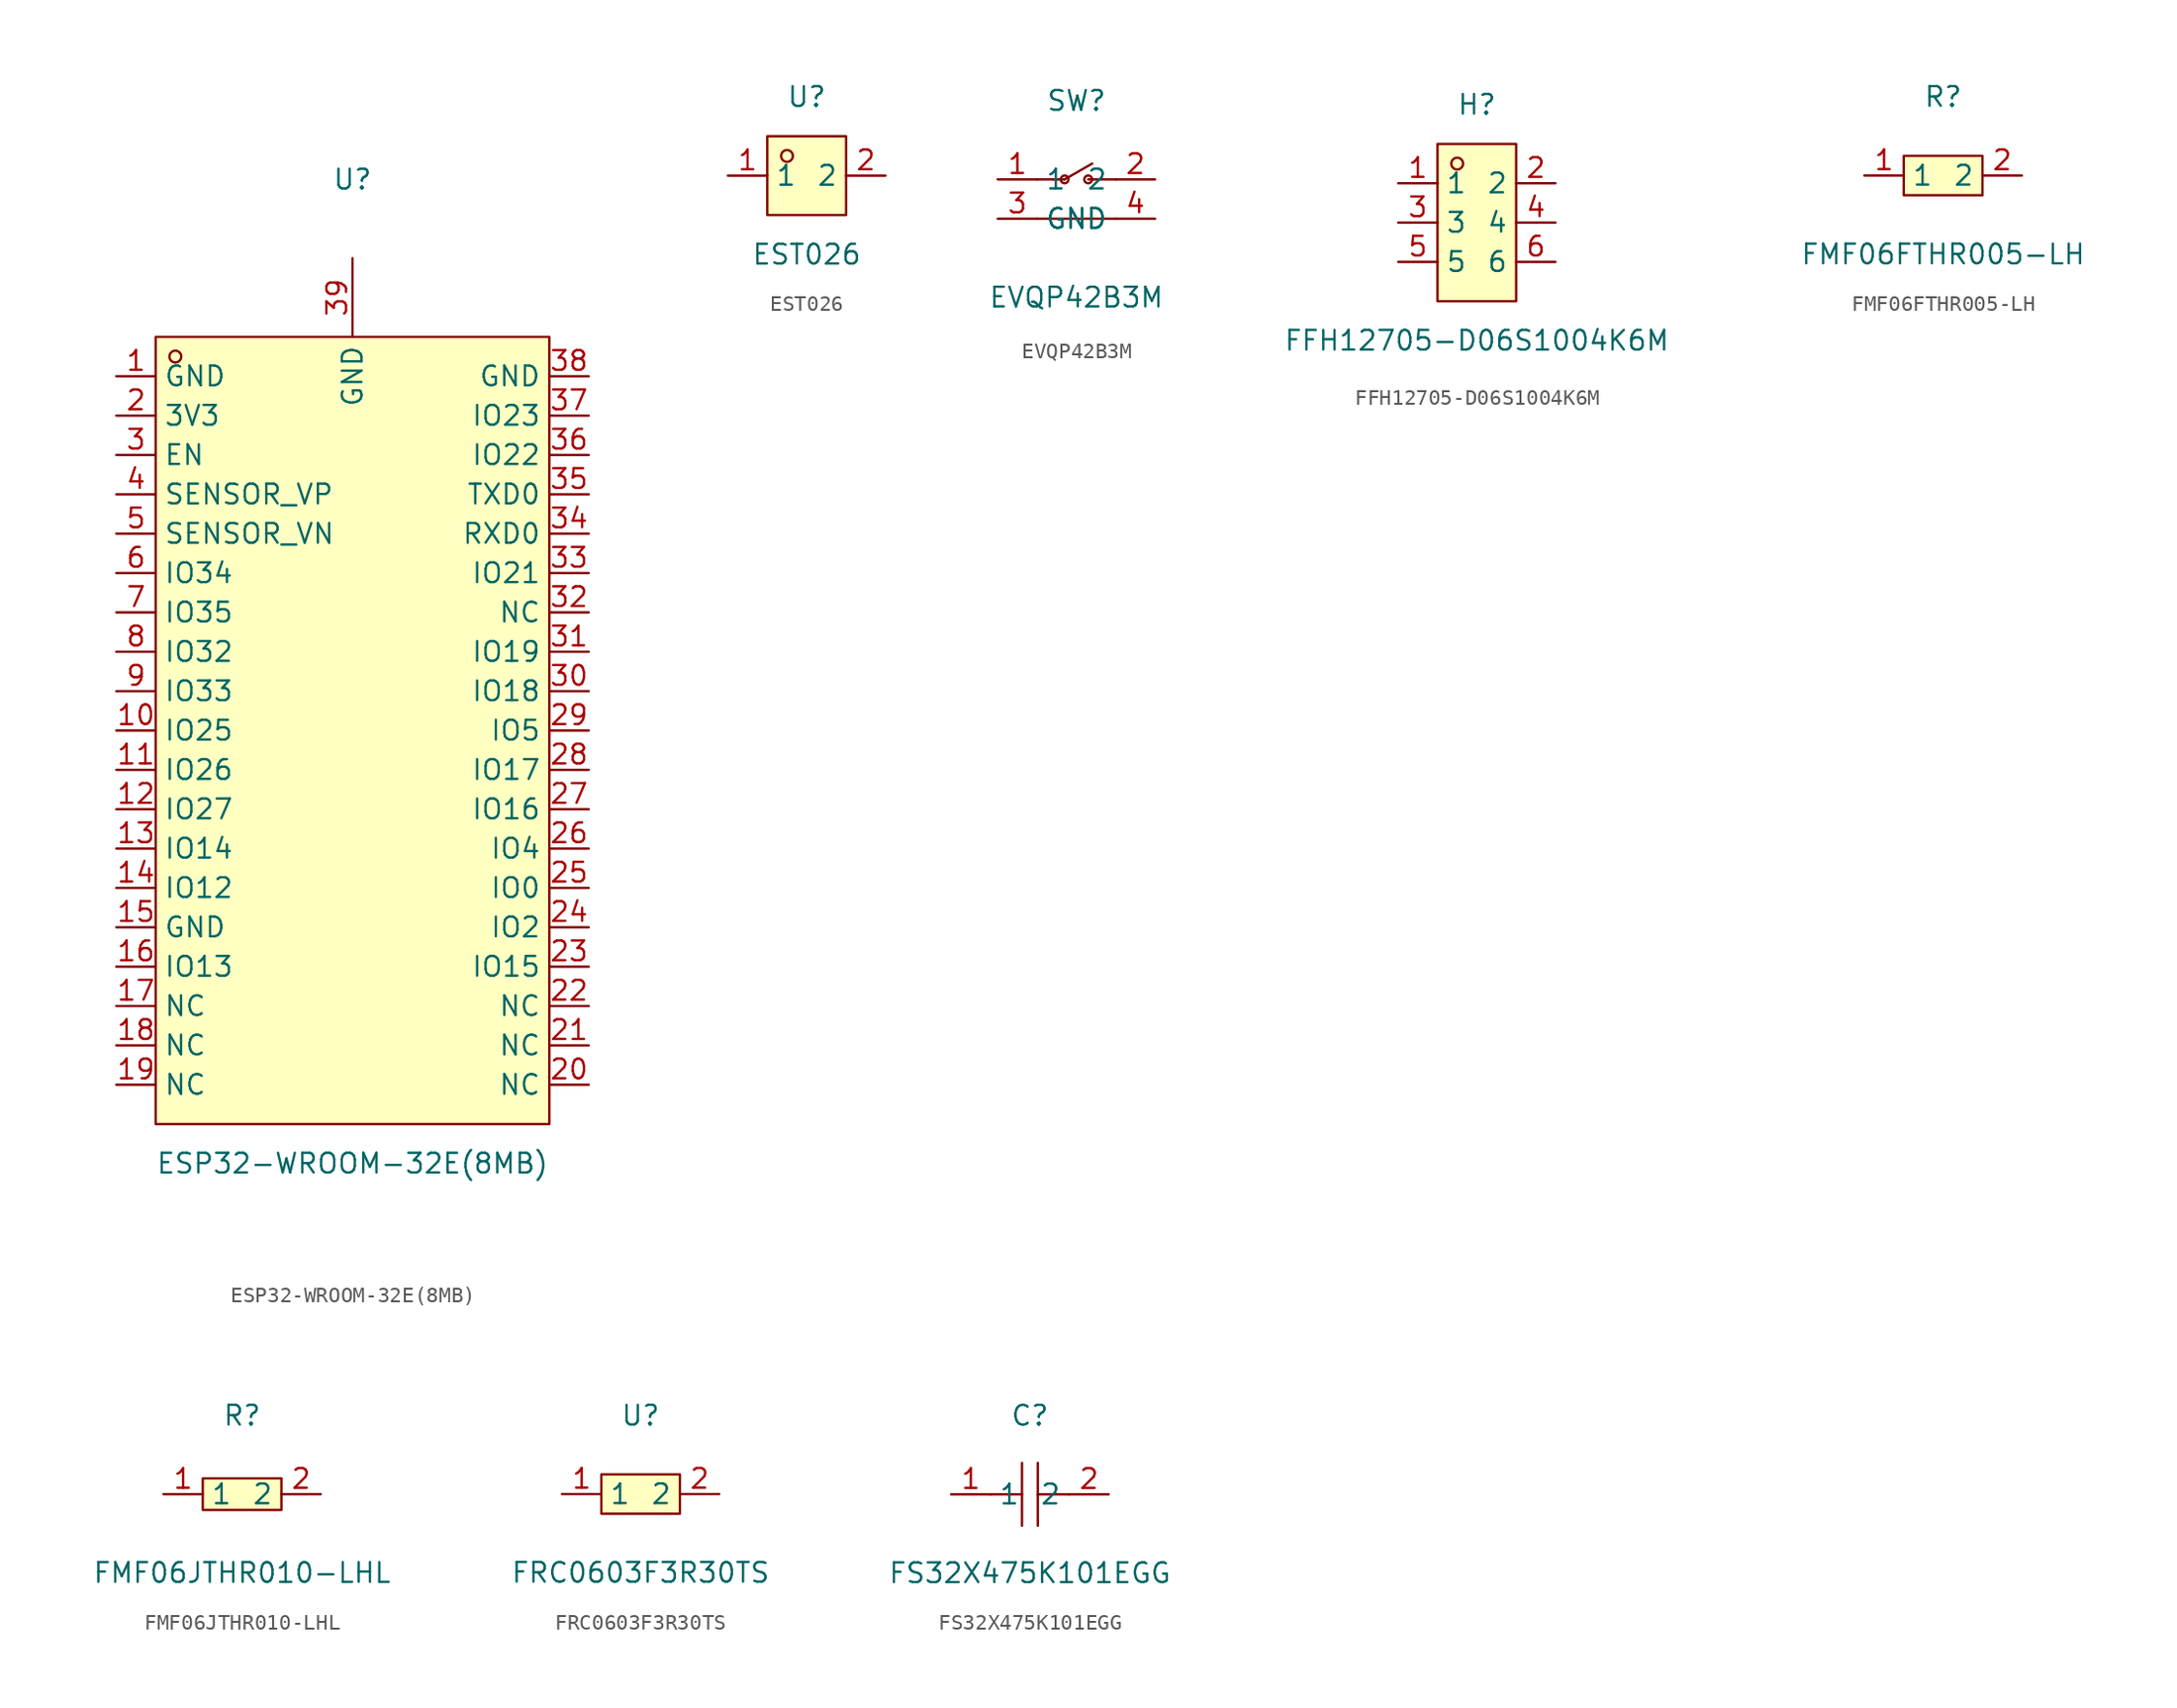
<source format=kicad_sym>
(kicad_symbol_lib
  (version 20231120)
  (generator "kicad_symbol_editor")
  (generator_version "8.0")
  (symbol "ESP32-WROOM-32E(8MB)"
    (property "Reference" "U"
      (at 0 38.1 0)
      (effects (font (size 1.27 1.27))))
    (property "Value" "ESP32-WROOM-32E(8MB)"
      (at 0 -25.4 0)
      (effects (font (size 1.27 1.27))))
    (symbol "ESP32-WROOM-32E(8MB)_0_1"
      (rectangle (start -12.7 27.94) (end 12.7 -22.86) (stroke (width 0) (type default)) (fill (type background)))
      (circle (center -11.43 26.67) (radius 0.38) (stroke (width 0) (type default)) (fill (type none)))
      (pin unspecified line (at -15.24 25.4 0) (length 2.54) (name "GND" (effects (font (size 1.27 1.27)))) (number "1" (effects (font (size 1.27 1.27)))))
      (pin unspecified line (at -15.24 2.54 0) (length 2.54) (name "IO25" (effects (font (size 1.27 1.27)))) (number "10" (effects (font (size 1.27 1.27)))))
      (pin unspecified line (at -15.24 0 0) (length 2.54) (name "IO26" (effects (font (size 1.27 1.27)))) (number "11" (effects (font (size 1.27 1.27)))))
      (pin unspecified line (at -15.24 -2.54 0) (length 2.54) (name "IO27" (effects (font (size 1.27 1.27)))) (number "12" (effects (font (size 1.27 1.27)))))
      (pin unspecified line (at -15.24 -5.08 0) (length 2.54) (name "IO14" (effects (font (size 1.27 1.27)))) (number "13" (effects (font (size 1.27 1.27)))))
      (pin unspecified line (at -15.24 -7.62 0) (length 2.54) (name "IO12" (effects (font (size 1.27 1.27)))) (number "14" (effects (font (size 1.27 1.27)))))
      (pin unspecified line (at -15.24 -10.16 0) (length 2.54) (name "GND" (effects (font (size 1.27 1.27)))) (number "15" (effects (font (size 1.27 1.27)))))
      (pin unspecified line (at -15.24 -12.7 0) (length 2.54) (name "IO13" (effects (font (size 1.27 1.27)))) (number "16" (effects (font (size 1.27 1.27)))))
      (pin unspecified line (at -15.24 -15.24 0) (length 2.54) (name "NC" (effects (font (size 1.27 1.27)))) (number "17" (effects (font (size 1.27 1.27)))))
      (pin unspecified line (at -15.24 -17.78 0) (length 2.54) (name "NC" (effects (font (size 1.27 1.27)))) (number "18" (effects (font (size 1.27 1.27)))))
      (pin unspecified line (at -15.24 -20.32 0) (length 2.54) (name "NC" (effects (font (size 1.27 1.27)))) (number "19" (effects (font (size 1.27 1.27)))))
      (pin unspecified line (at -15.24 22.86 0) (length 2.54) (name "3V3" (effects (font (size 1.27 1.27)))) (number "2" (effects (font (size 1.27 1.27)))))
      (pin unspecified line (at 15.24 -20.32 180) (length 2.54) (name "NC" (effects (font (size 1.27 1.27)))) (number "20" (effects (font (size 1.27 1.27)))))
      (pin unspecified line (at 15.24 -17.78 180) (length 2.54) (name "NC" (effects (font (size 1.27 1.27)))) (number "21" (effects (font (size 1.27 1.27)))))
      (pin unspecified line (at 15.24 -15.24 180) (length 2.54) (name "NC" (effects (font (size 1.27 1.27)))) (number "22" (effects (font (size 1.27 1.27)))))
      (pin unspecified line (at 15.24 -12.7 180) (length 2.54) (name "IO15" (effects (font (size 1.27 1.27)))) (number "23" (effects (font (size 1.27 1.27)))))
      (pin unspecified line (at 15.24 -10.16 180) (length 2.54) (name "IO2" (effects (font (size 1.27 1.27)))) (number "24" (effects (font (size 1.27 1.27)))))
      (pin unspecified line (at 15.24 -7.62 180) (length 2.54) (name "IO0" (effects (font (size 1.27 1.27)))) (number "25" (effects (font (size 1.27 1.27)))))
      (pin unspecified line (at 15.24 -5.08 180) (length 2.54) (name "IO4" (effects (font (size 1.27 1.27)))) (number "26" (effects (font (size 1.27 1.27)))))
      (pin unspecified line (at 15.24 -2.54 180) (length 2.54) (name "IO16" (effects (font (size 1.27 1.27)))) (number "27" (effects (font (size 1.27 1.27)))))
      (pin unspecified line (at 15.24 0 180) (length 2.54) (name "IO17" (effects (font (size 1.27 1.27)))) (number "28" (effects (font (size 1.27 1.27)))))
      (pin unspecified line (at 15.24 2.54 180) (length 2.54) (name "IO5" (effects (font (size 1.27 1.27)))) (number "29" (effects (font (size 1.27 1.27)))))
      (pin unspecified line (at -15.24 20.32 0) (length 2.54) (name "EN" (effects (font (size 1.27 1.27)))) (number "3" (effects (font (size 1.27 1.27)))))
      (pin unspecified line (at 15.24 5.08 180) (length 2.54) (name "IO18" (effects (font (size 1.27 1.27)))) (number "30" (effects (font (size 1.27 1.27)))))
      (pin unspecified line (at 15.24 7.62 180) (length 2.54) (name "IO19" (effects (font (size 1.27 1.27)))) (number "31" (effects (font (size 1.27 1.27)))))
      (pin unspecified line (at 15.24 10.16 180) (length 2.54) (name "NC" (effects (font (size 1.27 1.27)))) (number "32" (effects (font (size 1.27 1.27)))))
      (pin unspecified line (at 15.24 12.7 180) (length 2.54) (name "IO21" (effects (font (size 1.27 1.27)))) (number "33" (effects (font (size 1.27 1.27)))))
      (pin unspecified line (at 15.24 15.24 180) (length 2.54) (name "RXD0" (effects (font (size 1.27 1.27)))) (number "34" (effects (font (size 1.27 1.27)))))
      (pin unspecified line (at 15.24 17.78 180) (length 2.54) (name "TXD0" (effects (font (size 1.27 1.27)))) (number "35" (effects (font (size 1.27 1.27)))))
      (pin unspecified line (at 15.24 20.32 180) (length 2.54) (name "IO22" (effects (font (size 1.27 1.27)))) (number "36" (effects (font (size 1.27 1.27)))))
      (pin unspecified line (at 15.24 22.86 180) (length 2.54) (name "IO23" (effects (font (size 1.27 1.27)))) (number "37" (effects (font (size 1.27 1.27)))))
      (pin unspecified line (at 15.24 25.4 180) (length 2.54) (name "GND" (effects (font (size 1.27 1.27)))) (number "38" (effects (font (size 1.27 1.27)))))
      (pin unspecified line (at 0 33.02 270) (length 5.08) (name "GND" (effects (font (size 1.27 1.27)))) (number "39" (effects (font (size 1.27 1.27)))))
      (pin unspecified line (at -15.24 17.78 0) (length 2.54) (name "SENSOR_VP" (effects (font (size 1.27 1.27)))) (number "4" (effects (font (size 1.27 1.27)))))
      (pin unspecified line (at -15.24 15.24 0) (length 2.54) (name "SENSOR_VN" (effects (font (size 1.27 1.27)))) (number "5" (effects (font (size 1.27 1.27)))))
      (pin unspecified line (at -15.24 12.7 0) (length 2.54) (name "IO34" (effects (font (size 1.27 1.27)))) (number "6" (effects (font (size 1.27 1.27)))))
      (pin unspecified line (at -15.24 10.16 0) (length 2.54) (name "IO35" (effects (font (size 1.27 1.27)))) (number "7" (effects (font (size 1.27 1.27)))))
      (pin unspecified line (at -15.24 7.62 0) (length 2.54) (name "IO32" (effects (font (size 1.27 1.27)))) (number "8" (effects (font (size 1.27 1.27)))))
      (pin unspecified line (at -15.24 5.08 0) (length 2.54) (name "IO33" (effects (font (size 1.27 1.27)))) (number "9" (effects (font (size 1.27 1.27)))))))
  (symbol "EST026"
    (property "Reference" "U"
      (at 0 5.08 0)
      (effects (font (size 1.27 1.27))))
    (property "Value" "EST026"
      (at 0 -5.08 0)
      (effects (font (size 1.27 1.27))))
    (symbol "EST026_0_1"
      (rectangle (start -2.54 2.54) (end 2.54 -2.54) (stroke (width 0) (type default)) (fill (type background)))
      (circle (center -1.27 1.27) (radius 0.38) (stroke (width 0) (type default)) (fill (type none)))
      (pin unspecified line (at -5.08 0 0) (length 2.54) (name "1" (effects (font (size 1.27 1.27)))) (number "1" (effects (font (size 1.27 1.27)))))
      (pin unspecified line (at 5.08 0 180) (length 2.54) (name "2" (effects (font (size 1.27 1.27)))) (number "2" (effects (font (size 1.27 1.27)))))))
  (symbol "EVQP42B3M"
    (property "Reference" "SW"
      (at 0 5.08 0)
      (effects (font (size 1.27 1.27))))
    (property "Value" "EVQP42B3M"
      (at 0 -7.62 0)
      (effects (font (size 1.27 1.27))))
    (symbol "EVQP42B3M_0_1"
      (circle (center -0.76 0) (radius 0.25) (stroke (width 0) (type default)) (fill (type none)))
      (polyline (pts (xy -2.54 -2.54) (xy 2.54 -2.54)) (stroke (width 0) (type default)) (fill (type none)))
      (polyline (pts (xy -2.54 0) (xy -1.52 0)) (stroke (width 0) (type default)) (fill (type none)))
      (polyline (pts (xy -1.52 0) (xy -0.76 0)) (stroke (width 0) (type default)) (fill (type none)))
      (polyline (pts (xy 1.02 1.02) (xy -0.76 0)) (stroke (width 0) (type default)) (fill (type none)))
      (polyline (pts (xy 2.54 0) (xy 0.76 0)) (stroke (width 0) (type default)) (fill (type none)))
      (circle (center 0.76 0) (radius 0.25) (stroke (width 0) (type default)) (fill (type none)))
      (pin unspecified line (at -5.08 0 0) (length 2.54) (name "1" (effects (font (size 1.27 1.27)))) (number "1" (effects (font (size 1.27 1.27)))))
      (pin unspecified line (at 5.08 0 180) (length 2.54) (name "2" (effects (font (size 1.27 1.27)))) (number "2" (effects (font (size 1.27 1.27)))))
      (pin unspecified line (at -5.08 -2.54 0) (length 2.54) (name "GND" (effects (font (size 1.27 1.27)))) (number "3" (effects (font (size 1.27 1.27)))))
      (pin unspecified line (at 5.08 -2.54 180) (length 2.54) (name "GND" (effects (font (size 1.27 1.27)))) (number "4" (effects (font (size 1.27 1.27)))))))
  (symbol "FFH12705-D06S1004K6M"
    (property "Reference" "H"
      (at 0 7.62 0)
      (effects (font (size 1.27 1.27))))
    (property "Value" "FFH12705-D06S1004K6M"
      (at 0 -7.62 0)
      (effects (font (size 1.27 1.27))))
    (symbol "FFH12705-D06S1004K6M_0_1"
      (rectangle (start -2.54 5.08) (end 2.54 -5.08) (stroke (width 0) (type default)) (fill (type background)))
      (circle (center -1.27 3.81) (radius 0.38) (stroke (width 0) (type default)) (fill (type none)))
      (pin unspecified line (at -5.08 2.54 0) (length 2.54) (name "1" (effects (font (size 1.27 1.27)))) (number "1" (effects (font (size 1.27 1.27)))))
      (pin unspecified line (at 5.08 2.54 180) (length 2.54) (name "2" (effects (font (size 1.27 1.27)))) (number "2" (effects (font (size 1.27 1.27)))))
      (pin unspecified line (at -5.08 0 0) (length 2.54) (name "3" (effects (font (size 1.27 1.27)))) (number "3" (effects (font (size 1.27 1.27)))))
      (pin unspecified line (at 5.08 0 180) (length 2.54) (name "4" (effects (font (size 1.27 1.27)))) (number "4" (effects (font (size 1.27 1.27)))))
      (pin unspecified line (at -5.08 -2.54 0) (length 2.54) (name "5" (effects (font (size 1.27 1.27)))) (number "5" (effects (font (size 1.27 1.27)))))
      (pin unspecified line (at 5.08 -2.54 180) (length 2.54) (name "6" (effects (font (size 1.27 1.27)))) (number "6" (effects (font (size 1.27 1.27)))))))
  (symbol "FMF06FTHR005-LH"
    (property "Reference" "R"
      (at 0 5.08 0)
      (effects (font (size 1.27 1.27))))
    (property "Value" "FMF06FTHR005-LH"
      (at 0 -5.08 0)
      (effects (font (size 1.27 1.27))))
    (symbol "FMF06FTHR005-LH_0_1"
      (rectangle (start -2.54 1.27) (end 2.54 -1.27) (stroke (width 0) (type default)) (fill (type background)))
      (pin unspecified line (at -5.08 0 0) (length 2.54) (name "1" (effects (font (size 1.27 1.27)))) (number "1" (effects (font (size 1.27 1.27)))))
      (pin unspecified line (at 5.08 0 180) (length 2.54) (name "2" (effects (font (size 1.27 1.27)))) (number "2" (effects (font (size 1.27 1.27)))))))
  (symbol "FMF06JTHR010-LHL"
    (property "Reference" "R"
      (at 0 5.08 0)
      (effects (font (size 1.27 1.27))))
    (property "Value" "FMF06JTHR010-LHL"
      (at 0 -5.08 0)
      (effects (font (size 1.27 1.27))))
    (symbol "FMF06JTHR010-LHL_0_1"
      (rectangle (start -2.54 1.02) (end 2.54 -1.02) (stroke (width 0) (type default)) (fill (type background)))
      (pin input line (at -5.08 0 0) (length 2.54) (name "1" (effects (font (size 1.27 1.27)))) (number "1" (effects (font (size 1.27 1.27)))))
      (pin input line (at 5.08 0 180) (length 2.54) (name "2" (effects (font (size 1.27 1.27)))) (number "2" (effects (font (size 1.27 1.27)))))))
  (symbol "FRC0603F3R30TS"
    (property "Reference" "U"
      (at 0 5.08 0)
      (effects (font (size 1.27 1.27))))
    (property "Value" "FRC0603F3R30TS"
      (at 0 -5.08 0)
      (effects (font (size 1.27 1.27))))
    (symbol "FRC0603F3R30TS_0_1"
      (rectangle (start -2.54 1.27) (end 2.54 -1.27) (stroke (width 0) (type default)) (fill (type background)))
      (pin unspecified line (at -5.08 0 0) (length 2.54) (name "1" (effects (font (size 1.27 1.27)))) (number "1" (effects (font (size 1.27 1.27)))))
      (pin unspecified line (at 5.08 0 180) (length 2.54) (name "2" (effects (font (size 1.27 1.27)))) (number "2" (effects (font (size 1.27 1.27)))))))
  (symbol "FS32X475K101EGG"
    (property "Reference" "C"
      (at 0 5.08 0)
      (effects (font (size 1.27 1.27))))
    (property "Value" "FS32X475K101EGG"
      (at 0 -5.08 0)
      (effects (font (size 1.27 1.27))))
    (symbol "FS32X475K101EGG_0_1"
      (polyline (pts (xy -0.51 -2.03) (xy -0.51 2.03)) (stroke (width 0) (type default)) (fill (type none)))
      (polyline (pts (xy -0.51 0) (xy -2.54 0)) (stroke (width 0) (type default)) (fill (type none)))
      (polyline (pts (xy 0.51 2.03) (xy 0.51 -2.03)) (stroke (width 0) (type default)) (fill (type none)))
      (polyline (pts (xy 2.54 0) (xy 0.51 0)) (stroke (width 0) (type default)) (fill (type none)))
      (pin unspecified line (at -5.08 0 0) (length 2.54) (name "1" (effects (font (size 1.27 1.27)))) (number "1" (effects (font (size 1.27 1.27)))))
      (pin unspecified line (at 5.08 0 180) (length 2.54) (name "2" (effects (font (size 1.27 1.27)))) (number "2" (effects (font (size 1.27 1.27))))))))
</source>
